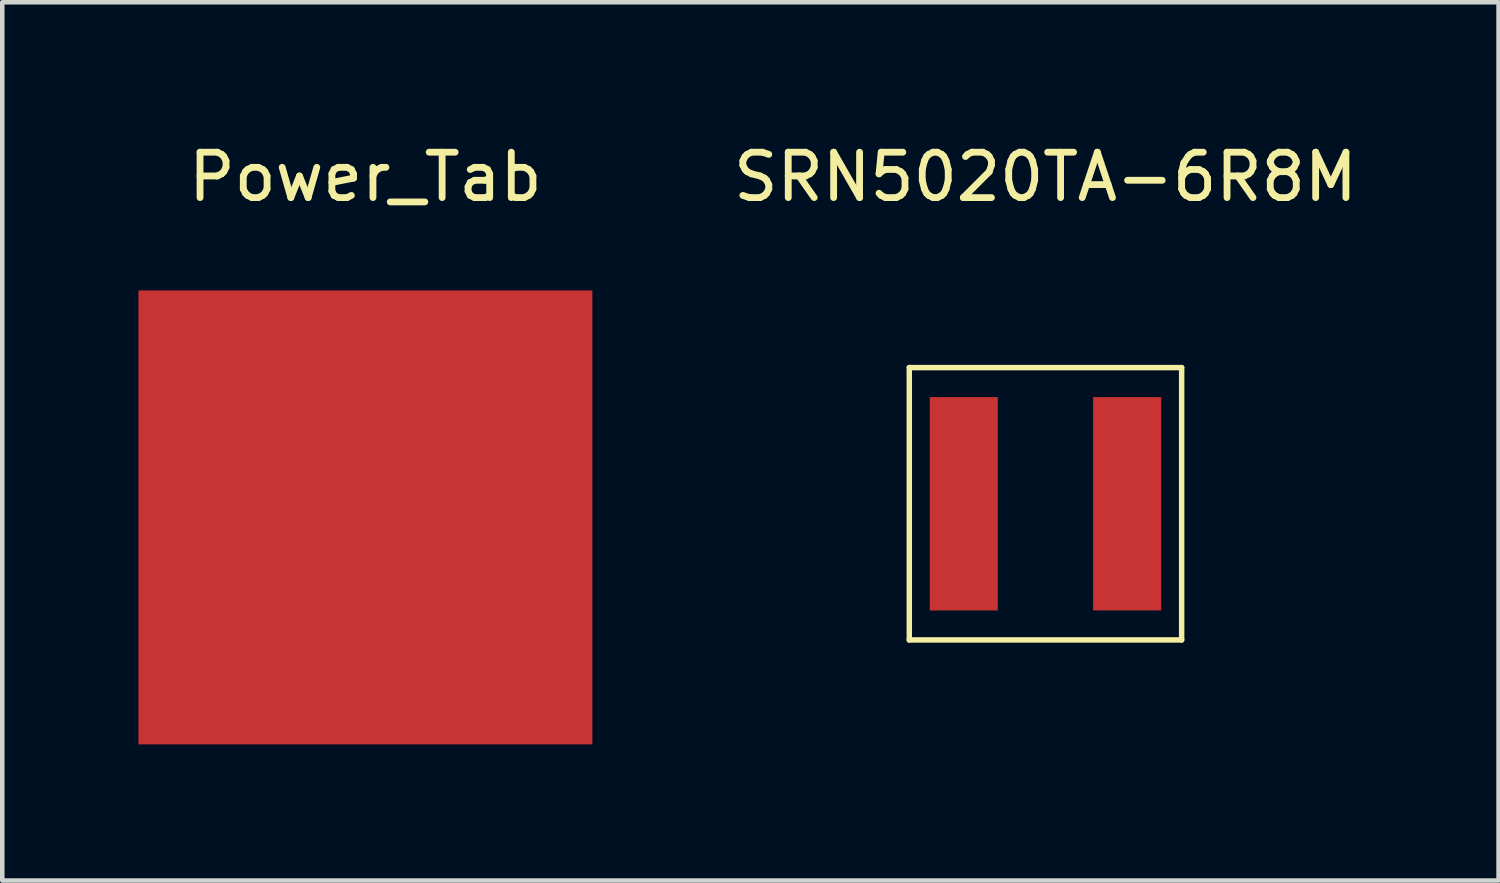
<source format=kicad_pcb>
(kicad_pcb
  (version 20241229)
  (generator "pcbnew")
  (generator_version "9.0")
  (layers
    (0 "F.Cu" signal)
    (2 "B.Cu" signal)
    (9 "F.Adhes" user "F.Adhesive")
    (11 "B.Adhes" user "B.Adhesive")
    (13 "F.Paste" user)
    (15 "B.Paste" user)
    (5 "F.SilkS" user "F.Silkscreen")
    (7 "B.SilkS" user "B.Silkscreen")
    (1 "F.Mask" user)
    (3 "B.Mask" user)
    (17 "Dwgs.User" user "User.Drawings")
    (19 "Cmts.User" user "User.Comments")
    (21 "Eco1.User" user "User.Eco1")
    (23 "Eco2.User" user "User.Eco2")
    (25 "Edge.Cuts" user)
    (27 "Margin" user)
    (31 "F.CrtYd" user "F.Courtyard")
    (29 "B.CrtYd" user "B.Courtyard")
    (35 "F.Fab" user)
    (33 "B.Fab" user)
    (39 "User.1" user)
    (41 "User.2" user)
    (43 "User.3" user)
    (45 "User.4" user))
  (footprint "SRN5020TA-6R8M"
    (layer "F.Cu")
    (at 19.982 8.048)
    (property "Reference" "SRN5020TA-6R8M" (at 0 -7.2 0) (layer "F.SilkS") (effects (font (size 1 1) (thickness 0.15))))
    (attr through_hole)
    (fp_line (start -3 3) (end -3 -3) (stroke (width 0.12) (type solid)) (layer "F.SilkS"))
    (fp_line (start 3 -3) (end -3 -3) (stroke (width 0.12) (type solid)) (layer "F.SilkS"))
    (fp_line (start 3 -3) (end 3 3) (stroke (width 0.12) (type solid)) (layer "F.SilkS"))
    (fp_line (start 3 3) (end -3 3) (stroke (width 0.12) (type solid)) (layer "F.SilkS"))
    (pad "1" smd rect (at -1.8 0) (size 1.5 4.7) (layers "F.Cu" "F.Mask" "F.Paste"))
    (pad "2" smd rect (at 1.8 0) (size 1.5 4.7) (layers "F.Cu" "F.Mask" "F.Paste")))
  (footprint "Power_Tab"
    (layer "F.Cu")
    (at 5 8.348)
    (property "Reference" "Power_Tab" (at 0 -7.5 0) (layer "F.SilkS") (effects (font (size 1 1) (thickness 0.15))))
    (attr through_hole)
    (pad "1" smd rect (at 0 0) (size 10 10) (layers "F.Cu" "F.Mask" "F.Paste")))
  (gr_rect
    (start -3 -3)
    (end 29.964 16.348)
    (stroke (width 0.1) (type default))
    (fill no)
    (layer "Edge.Cuts")))
</source>
